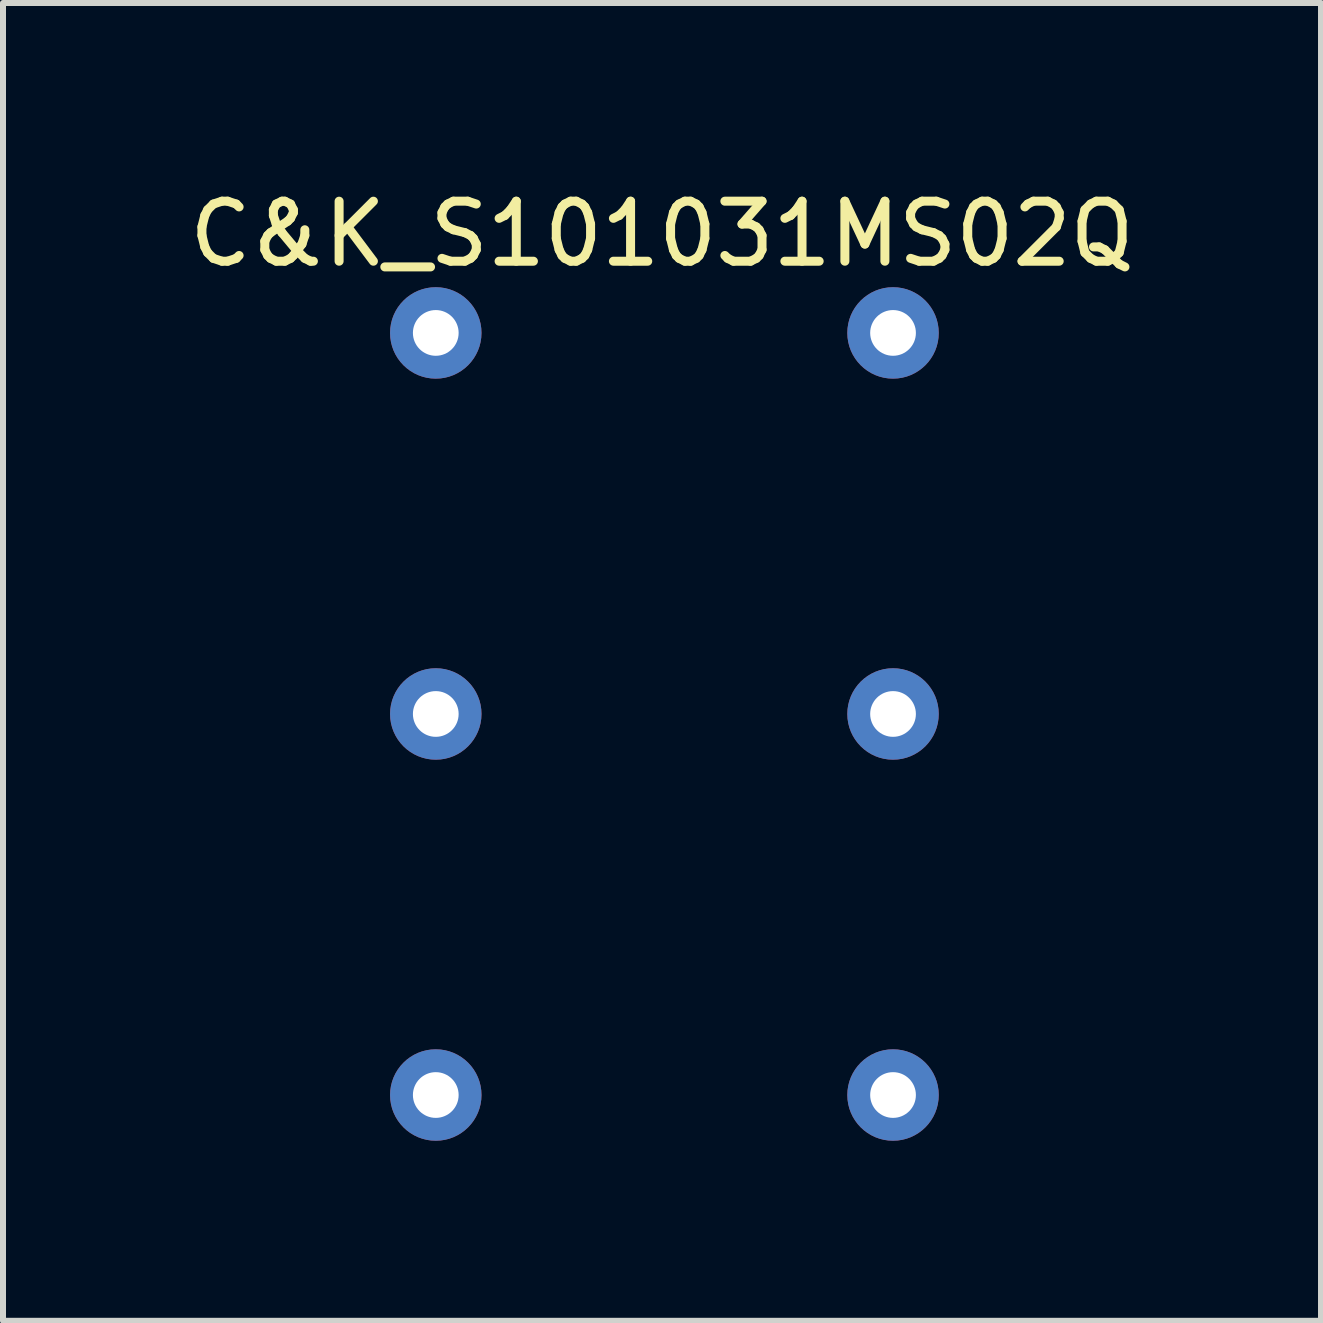
<source format=kicad_pcb>
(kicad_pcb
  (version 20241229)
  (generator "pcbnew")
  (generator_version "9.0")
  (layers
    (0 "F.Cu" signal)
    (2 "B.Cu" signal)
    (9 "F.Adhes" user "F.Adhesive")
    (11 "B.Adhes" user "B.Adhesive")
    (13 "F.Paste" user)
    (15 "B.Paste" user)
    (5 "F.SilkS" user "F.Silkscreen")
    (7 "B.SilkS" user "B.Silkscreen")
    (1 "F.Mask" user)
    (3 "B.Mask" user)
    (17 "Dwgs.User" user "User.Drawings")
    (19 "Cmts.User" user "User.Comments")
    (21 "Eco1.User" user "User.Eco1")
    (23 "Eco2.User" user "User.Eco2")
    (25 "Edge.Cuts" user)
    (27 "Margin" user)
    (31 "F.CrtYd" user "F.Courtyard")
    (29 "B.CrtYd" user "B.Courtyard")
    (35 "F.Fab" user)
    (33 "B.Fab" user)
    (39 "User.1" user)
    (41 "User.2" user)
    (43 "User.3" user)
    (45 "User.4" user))
  (footprint "C&K_S101031MS02Q"
    (layer "F.Cu")
    (at 7.982 8.848)
    (property "Reference" "C&K_S101031MS02Q" (at 0 -8 0) (layer "F.SilkS") (effects (font (size 1 1) (thickness 0.15))))
    (attr through_hole)
    (pad "1" thru_hole circle (at -3.77 -6.35) (size 1.524 1.524) (drill 0.762) (layers "*.Cu" "*.Mask"))
    (pad "2" thru_hole circle (at 3.85 -6.35) (size 1.524 1.524) (drill 0.762) (layers "*.Cu" "*.Mask"))
    (pad "3" thru_hole circle (at -3.77 0) (size 1.524 1.524) (drill 0.762) (layers "*.Cu" "*.Mask"))
    (pad "4" thru_hole circle (at 3.85 0) (size 1.524 1.524) (drill 0.762) (layers "*.Cu" "*.Mask"))
    (pad "5" thru_hole circle (at -3.77 6.35) (size 1.524 1.524) (drill 0.762) (layers "*.Cu" "*.Mask"))
    (pad "6" thru_hole circle (at 3.85 6.35) (size 1.524 1.524) (drill 0.762) (layers "*.Cu" "*.Mask")))
  (gr_rect
    (start -3 -3)
    (end 18.964 18.96)
    (stroke (width 0.1) (type default))
    (fill no)
    (layer "Edge.Cuts")))
</source>
